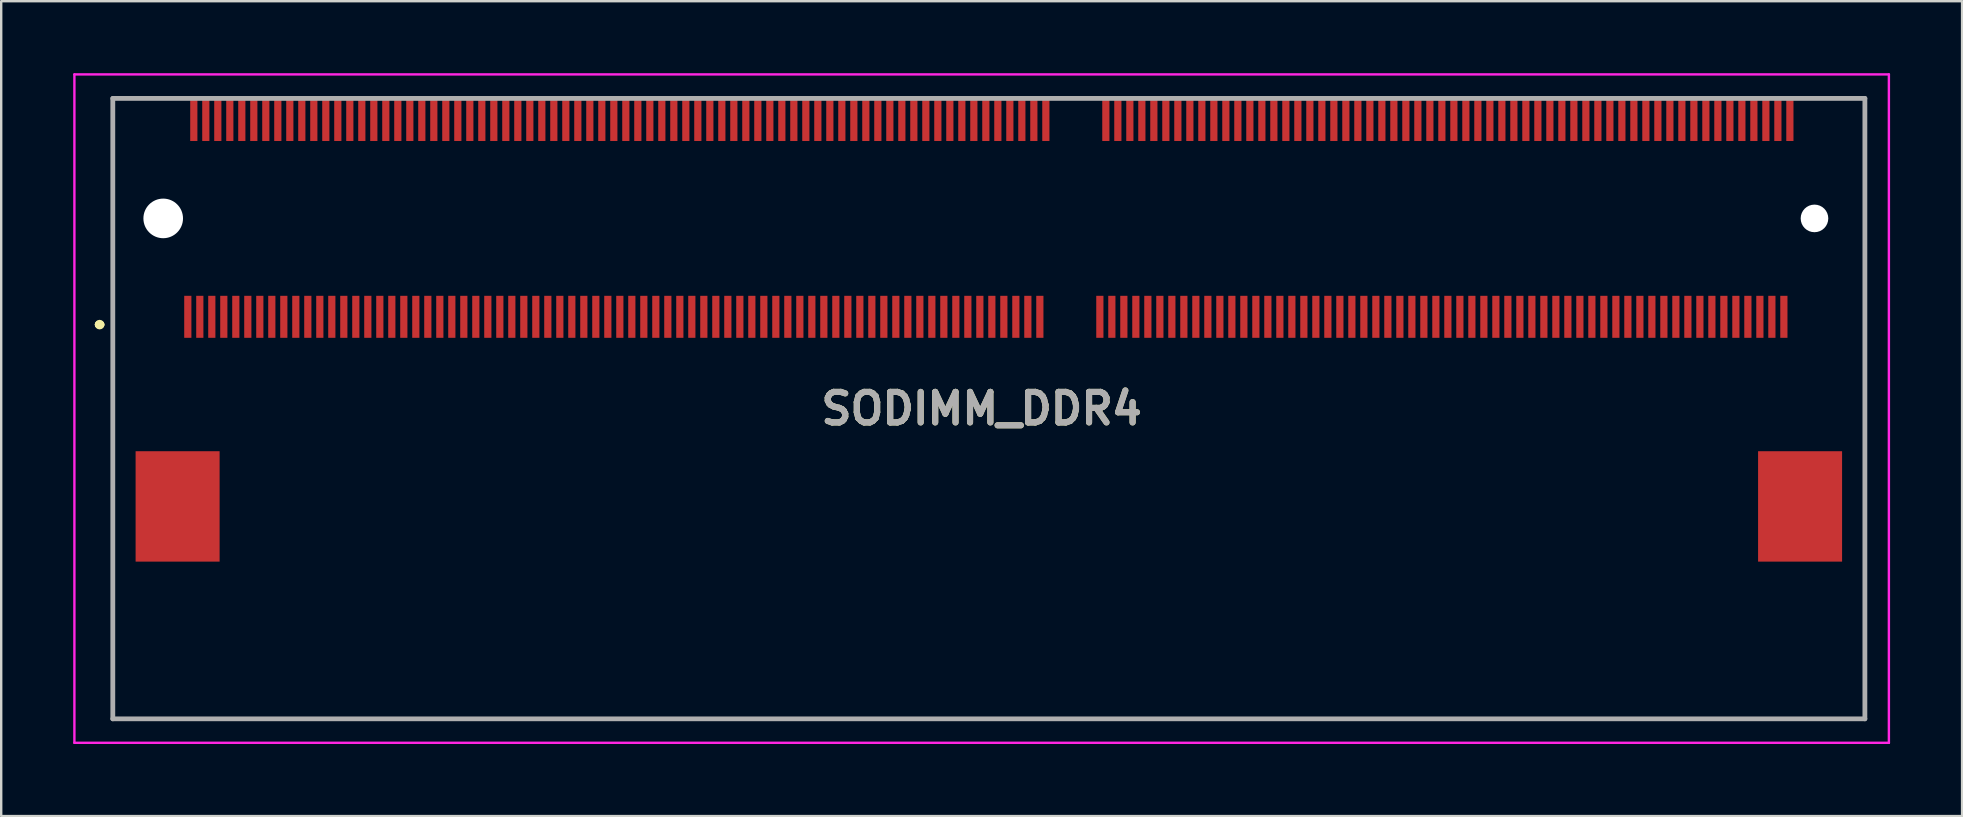
<source format=kicad_pcb>
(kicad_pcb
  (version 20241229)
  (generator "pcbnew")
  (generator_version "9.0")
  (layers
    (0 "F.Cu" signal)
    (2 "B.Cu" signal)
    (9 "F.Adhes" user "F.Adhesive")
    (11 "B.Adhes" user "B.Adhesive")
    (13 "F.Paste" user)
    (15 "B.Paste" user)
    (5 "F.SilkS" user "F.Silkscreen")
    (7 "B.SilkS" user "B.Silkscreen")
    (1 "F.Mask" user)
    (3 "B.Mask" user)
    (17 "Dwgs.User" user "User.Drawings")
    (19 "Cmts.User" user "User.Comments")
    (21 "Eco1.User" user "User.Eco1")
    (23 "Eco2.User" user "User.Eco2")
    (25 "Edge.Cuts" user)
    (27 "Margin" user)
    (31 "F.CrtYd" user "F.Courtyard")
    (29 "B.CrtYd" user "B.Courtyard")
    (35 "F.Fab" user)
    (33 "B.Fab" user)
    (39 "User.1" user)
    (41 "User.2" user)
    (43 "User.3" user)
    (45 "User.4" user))
  (footprint "SODIMM_DDR4"
    (layer "F.Cu")
    (at 38.15 13.975)
    (property "Reference" "SODIMM_DDR4" (at -0.3 0 180) (layer "F.SilkS") (effects (font (size 1.27 1.27) (thickness 0.254))))
    (attr through_hole)
    (fp_line (start -37.1 -3.5) (end -37.1 -3.5) (stroke (width 0.3) (type solid)) (layer "F.SilkS"))
    (fp_line (start -37 -3.5) (end -37 -3.5) (stroke (width 0.3) (type solid)) (layer "F.SilkS"))
    (fp_line (start -36.5 -12.925) (end -36.5 12.925) (stroke (width 0.1) (type solid)) (layer "F.SilkS"))
    (fp_line (start -36.5 12.925) (end 36.5 12.925) (stroke (width 0.1) (type solid)) (layer "F.SilkS"))
    (fp_line (start 36.5 12.925) (end 36.5 -12.925) (stroke (width 0.1) (type solid)) (layer "F.SilkS"))
    (fp_arc (start -37.1 -3.5) (mid -37.05 -3.55) (end -37 -3.5) (stroke (width 0.3) (type solid)) (layer "F.SilkS"))
    (fp_arc (start -37 -3.5) (mid -37.05 -3.45) (end -37.1 -3.5) (stroke (width 0.3) (type solid)) (layer "F.SilkS"))
    (fp_line (start -38.1 -13.925) (end 37.5 -13.925) (stroke (width 0.1) (type solid)) (layer "F.CrtYd"))
    (fp_line (start -38.1 13.925) (end -38.1 -13.925) (stroke (width 0.1) (type solid)) (layer "F.CrtYd"))
    (fp_line (start 37.5 -13.925) (end 37.5 13.925) (stroke (width 0.1) (type solid)) (layer "F.CrtYd"))
    (fp_line (start 37.5 13.925) (end -38.1 13.925) (stroke (width 0.1) (type solid)) (layer "F.CrtYd"))
    (fp_line (start -36.5 -12.925) (end 36.5 -12.925) (stroke (width 0.2) (type solid)) (layer "F.Fab"))
    (fp_line (start -36.5 12.925) (end -36.5 -12.925) (stroke (width 0.2) (type solid)) (layer "F.Fab"))
    (fp_line (start 36.5 -12.925) (end 36.5 12.925) (stroke (width 0.2) (type solid)) (layer "F.Fab"))
    (fp_line (start 36.5 12.925) (end -36.5 12.925) (stroke (width 0.2) (type solid)) (layer "F.Fab"))
    (fp_text user "${REFERENCE}" (at -0.3 0 180) (layer "F.Fab") (effects (font (size 1.27 1.27) (thickness 0.254))))
    (pad "" np_thru_hole circle (at -34.4 -7.925) (size 1.65 1.65) (drill 1.65) (layers "*.Cu" "*.Mask"))
    (pad "" np_thru_hole circle (at 34.4 -7.925) (size 1.15 1.15) (drill 1.15) (layers "*.Cu" "*.Mask"))
    (pad "1" smd rect (at -33.375 -3.825) (size 0.3 1.75) (layers "F.Cu" "F.Mask" "F.Paste"))
    (pad "2" smd rect (at -33.125 -12.025) (size 0.3 1.75) (layers "F.Cu" "F.Mask" "F.Paste"))
    (pad "3" smd rect (at -32.875 -3.825) (size 0.3 1.75) (layers "F.Cu" "F.Mask" "F.Paste"))
    (pad "4" smd rect (at -32.625 -12.025) (size 0.3 1.75) (layers "F.Cu" "F.Mask" "F.Paste"))
    (pad "5" smd rect (at -32.375 -3.825) (size 0.3 1.75) (layers "F.Cu" "F.Mask" "F.Paste"))
    (pad "6" smd rect (at -32.125 -12.025) (size 0.3 1.75) (layers "F.Cu" "F.Mask" "F.Paste"))
    (pad "7" smd rect (at -31.875 -3.825) (size 0.3 1.75) (layers "F.Cu" "F.Mask" "F.Paste"))
    (pad "8" smd rect (at -31.625 -12.025) (size 0.3 1.75) (layers "F.Cu" "F.Mask" "F.Paste"))
    (pad "9" smd rect (at -31.375 -3.825) (size 0.3 1.75) (layers "F.Cu" "F.Mask" "F.Paste"))
    (pad "10" smd rect (at -31.125 -12.025) (size 0.3 1.75) (layers "F.Cu" "F.Mask" "F.Paste"))
    (pad "11" smd rect (at -30.875 -3.825) (size 0.3 1.75) (layers "F.Cu" "F.Mask" "F.Paste"))
    (pad "12" smd rect (at -30.625 -12.025) (size 0.3 1.75) (layers "F.Cu" "F.Mask" "F.Paste"))
    (pad "13" smd rect (at -30.375 -3.825) (size 0.3 1.75) (layers "F.Cu" "F.Mask" "F.Paste"))
    (pad "14" smd rect (at -30.125 -12.025) (size 0.3 1.75) (layers "F.Cu" "F.Mask" "F.Paste"))
    (pad "15" smd rect (at -29.875 -3.825) (size 0.3 1.75) (layers "F.Cu" "F.Mask" "F.Paste"))
    (pad "16" smd rect (at -29.625 -12.025) (size 0.3 1.75) (layers "F.Cu" "F.Mask" "F.Paste"))
    (pad "17" smd rect (at -29.375 -3.825) (size 0.3 1.75) (layers "F.Cu" "F.Mask" "F.Paste"))
    (pad "18" smd rect (at -29.125 -12.025) (size 0.3 1.75) (layers "F.Cu" "F.Mask" "F.Paste"))
    (pad "19" smd rect (at -28.875 -3.825) (size 0.3 1.75) (layers "F.Cu" "F.Mask" "F.Paste"))
    (pad "20" smd rect (at -28.625 -12.025) (size 0.3 1.75) (layers "F.Cu" "F.Mask" "F.Paste"))
    (pad "21" smd rect (at -28.375 -3.825) (size 0.3 1.75) (layers "F.Cu" "F.Mask" "F.Paste"))
    (pad "22" smd rect (at -28.125 -12.025) (size 0.3 1.75) (layers "F.Cu" "F.Mask" "F.Paste"))
    (pad "23" smd rect (at -27.875 -3.825) (size 0.3 1.75) (layers "F.Cu" "F.Mask" "F.Paste"))
    (pad "24" smd rect (at -27.625 -12.025) (size 0.3 1.75) (layers "F.Cu" "F.Mask" "F.Paste"))
    (pad "25" smd rect (at -27.375 -3.825) (size 0.3 1.75) (layers "F.Cu" "F.Mask" "F.Paste"))
    (pad "26" smd rect (at -27.125 -12.025) (size 0.3 1.75) (layers "F.Cu" "F.Mask" "F.Paste"))
    (pad "27" smd rect (at -26.875 -3.825) (size 0.3 1.75) (layers "F.Cu" "F.Mask" "F.Paste"))
    (pad "28" smd rect (at -26.625 -12.025) (size 0.3 1.75) (layers "F.Cu" "F.Mask" "F.Paste"))
    (pad "29" smd rect (at -26.375 -3.825) (size 0.3 1.75) (layers "F.Cu" "F.Mask" "F.Paste"))
    (pad "30" smd rect (at -26.125 -12.025) (size 0.3 1.75) (layers "F.Cu" "F.Mask" "F.Paste"))
    (pad "31" smd rect (at -25.875 -3.825) (size 0.3 1.75) (layers "F.Cu" "F.Mask" "F.Paste"))
    (pad "32" smd rect (at -25.625 -12.025) (size 0.3 1.75) (layers "F.Cu" "F.Mask" "F.Paste"))
    (pad "33" smd rect (at -25.375 -3.825) (size 0.3 1.75) (layers "F.Cu" "F.Mask" "F.Paste"))
    (pad "34" smd rect (at -25.125 -12.025) (size 0.3 1.75) (layers "F.Cu" "F.Mask" "F.Paste"))
    (pad "35" smd rect (at -24.875 -3.825) (size 0.3 1.75) (layers "F.Cu" "F.Mask" "F.Paste"))
    (pad "36" smd rect (at -24.625 -12.025) (size 0.3 1.75) (layers "F.Cu" "F.Mask" "F.Paste"))
    (pad "37" smd rect (at -24.375 -3.825) (size 0.3 1.75) (layers "F.Cu" "F.Mask" "F.Paste"))
    (pad "38" smd rect (at -24.125 -12.025) (size 0.3 1.75) (layers "F.Cu" "F.Mask" "F.Paste"))
    (pad "39" smd rect (at -23.875 -3.825) (size 0.3 1.75) (layers "F.Cu" "F.Mask" "F.Paste"))
    (pad "40" smd rect (at -23.625 -12.025) (size 0.3 1.75) (layers "F.Cu" "F.Mask" "F.Paste"))
    (pad "41" smd rect (at -23.375 -3.825) (size 0.3 1.75) (layers "F.Cu" "F.Mask" "F.Paste"))
    (pad "42" smd rect (at -23.125 -12.025) (size 0.3 1.75) (layers "F.Cu" "F.Mask" "F.Paste"))
    (pad "43" smd rect (at -22.875 -3.825) (size 0.3 1.75) (layers "F.Cu" "F.Mask" "F.Paste"))
    (pad "44" smd rect (at -22.625 -12.025) (size 0.3 1.75) (layers "F.Cu" "F.Mask" "F.Paste"))
    (pad "45" smd rect (at -22.375 -3.825) (size 0.3 1.75) (layers "F.Cu" "F.Mask" "F.Paste"))
    (pad "46" smd rect (at -22.125 -12.025) (size 0.3 1.75) (layers "F.Cu" "F.Mask" "F.Paste"))
    (pad "47" smd rect (at -21.875 -3.825) (size 0.3 1.75) (layers "F.Cu" "F.Mask" "F.Paste"))
    (pad "48" smd rect (at -21.625 -12.025) (size 0.3 1.75) (layers "F.Cu" "F.Mask" "F.Paste"))
    (pad "49" smd rect (at -21.375 -3.825) (size 0.3 1.75) (layers "F.Cu" "F.Mask" "F.Paste"))
    (pad "50" smd rect (at -21.125 -12.025) (size 0.3 1.75) (layers "F.Cu" "F.Mask" "F.Paste"))
    (pad "51" smd rect (at -20.875 -3.825) (size 0.3 1.75) (layers "F.Cu" "F.Mask" "F.Paste"))
    (pad "52" smd rect (at -20.625 -12.025) (size 0.3 1.75) (layers "F.Cu" "F.Mask" "F.Paste"))
    (pad "53" smd rect (at -20.375 -3.825) (size 0.3 1.75) (layers "F.Cu" "F.Mask" "F.Paste"))
    (pad "54" smd rect (at -20.125 -12.025) (size 0.3 1.75) (layers "F.Cu" "F.Mask" "F.Paste"))
    (pad "55" smd rect (at -19.875 -3.825) (size 0.3 1.75) (layers "F.Cu" "F.Mask" "F.Paste"))
    (pad "56" smd rect (at -19.625 -12.025) (size 0.3 1.75) (layers "F.Cu" "F.Mask" "F.Paste"))
    (pad "57" smd rect (at -19.375 -3.825) (size 0.3 1.75) (layers "F.Cu" "F.Mask" "F.Paste"))
    (pad "58" smd rect (at -19.125 -12.025) (size 0.3 1.75) (layers "F.Cu" "F.Mask" "F.Paste"))
    (pad "59" smd rect (at -18.875 -3.825) (size 0.3 1.75) (layers "F.Cu" "F.Mask" "F.Paste"))
    (pad "60" smd rect (at -18.625 -12.025) (size 0.3 1.75) (layers "F.Cu" "F.Mask" "F.Paste"))
    (pad "61" smd rect (at -18.375 -3.825) (size 0.3 1.75) (layers "F.Cu" "F.Mask" "F.Paste"))
    (pad "62" smd rect (at -18.125 -12.025) (size 0.3 1.75) (layers "F.Cu" "F.Mask" "F.Paste"))
    (pad "63" smd rect (at -17.875 -3.825) (size 0.3 1.75) (layers "F.Cu" "F.Mask" "F.Paste"))
    (pad "64" smd rect (at -17.625 -12.025) (size 0.3 1.75) (layers "F.Cu" "F.Mask" "F.Paste"))
    (pad "65" smd rect (at -17.375 -3.825) (size 0.3 1.75) (layers "F.Cu" "F.Mask" "F.Paste"))
    (pad "66" smd rect (at -17.125 -12.025) (size 0.3 1.75) (layers "F.Cu" "F.Mask" "F.Paste"))
    (pad "67" smd rect (at -16.875 -3.825) (size 0.3 1.75) (layers "F.Cu" "F.Mask" "F.Paste"))
    (pad "68" smd rect (at -16.625 -12.025) (size 0.3 1.75) (layers "F.Cu" "F.Mask" "F.Paste"))
    (pad "69" smd rect (at -16.375 -3.825) (size 0.3 1.75) (layers "F.Cu" "F.Mask" "F.Paste"))
    (pad "70" smd rect (at -16.125 -12.025) (size 0.3 1.75) (layers "F.Cu" "F.Mask" "F.Paste"))
    (pad "71" smd rect (at -15.875 -3.825) (size 0.3 1.75) (layers "F.Cu" "F.Mask" "F.Paste"))
    (pad "72" smd rect (at -15.625 -12.025) (size 0.3 1.75) (layers "F.Cu" "F.Mask" "F.Paste"))
    (pad "73" smd rect (at -15.375 -3.825) (size 0.3 1.75) (layers "F.Cu" "F.Mask" "F.Paste"))
    (pad "74" smd rect (at -15.125 -12.025) (size 0.3 1.75) (layers "F.Cu" "F.Mask" "F.Paste"))
    (pad "75" smd rect (at -14.875 -3.825) (size 0.3 1.75) (layers "F.Cu" "F.Mask" "F.Paste"))
    (pad "76" smd rect (at -14.625 -12.025) (size 0.3 1.75) (layers "F.Cu" "F.Mask" "F.Paste"))
    (pad "77" smd rect (at -14.375 -3.825) (size 0.3 1.75) (layers "F.Cu" "F.Mask" "F.Paste"))
    (pad "78" smd rect (at -14.125 -12.025) (size 0.3 1.75) (layers "F.Cu" "F.Mask" "F.Paste"))
    (pad "79" smd rect (at -13.875 -3.825) (size 0.3 1.75) (layers "F.Cu" "F.Mask" "F.Paste"))
    (pad "80" smd rect (at -13.625 -12.025) (size 0.3 1.75) (layers "F.Cu" "F.Mask" "F.Paste"))
    (pad "81" smd rect (at -13.375 -3.825) (size 0.3 1.75) (layers "F.Cu" "F.Mask" "F.Paste"))
    (pad "82" smd rect (at -13.125 -12.025) (size 0.3 1.75) (layers "F.Cu" "F.Mask" "F.Paste"))
    (pad "83" smd rect (at -12.875 -3.825) (size 0.3 1.75) (layers "F.Cu" "F.Mask" "F.Paste"))
    (pad "84" smd rect (at -12.625 -12.025) (size 0.3 1.75) (layers "F.Cu" "F.Mask" "F.Paste"))
    (pad "85" smd rect (at -12.375 -3.825) (size 0.3 1.75) (layers "F.Cu" "F.Mask" "F.Paste"))
    (pad "86" smd rect (at -12.125 -12.025) (size 0.3 1.75) (layers "F.Cu" "F.Mask" "F.Paste"))
    (pad "87" smd rect (at -11.875 -3.825) (size 0.3 1.75) (layers "F.Cu" "F.Mask" "F.Paste"))
    (pad "88" smd rect (at -11.625 -12.025) (size 0.3 1.75) (layers "F.Cu" "F.Mask" "F.Paste"))
    (pad "89" smd rect (at -11.375 -3.825) (size 0.3 1.75) (layers "F.Cu" "F.Mask" "F.Paste"))
    (pad "90" smd rect (at -11.125 -12.025) (size 0.3 1.75) (layers "F.Cu" "F.Mask" "F.Paste"))
    (pad "91" smd rect (at -10.875 -3.825) (size 0.3 1.75) (layers "F.Cu" "F.Mask" "F.Paste"))
    (pad "92" smd rect (at -10.625 -12.025) (size 0.3 1.75) (layers "F.Cu" "F.Mask" "F.Paste"))
    (pad "93" smd rect (at -10.375 -3.825) (size 0.3 1.75) (layers "F.Cu" "F.Mask" "F.Paste"))
    (pad "94" smd rect (at -10.125 -12.025) (size 0.3 1.75) (layers "F.Cu" "F.Mask" "F.Paste"))
    (pad "95" smd rect (at -9.875 -3.825) (size 0.3 1.75) (layers "F.Cu" "F.Mask" "F.Paste"))
    (pad "96" smd rect (at -9.625 -12.025) (size 0.3 1.75) (layers "F.Cu" "F.Mask" "F.Paste"))
    (pad "97" smd rect (at -9.375 -3.825) (size 0.3 1.75) (layers "F.Cu" "F.Mask" "F.Paste"))
    (pad "98" smd rect (at -9.125 -12.025) (size 0.3 1.75) (layers "F.Cu" "F.Mask" "F.Paste"))
    (pad "99" smd rect (at -8.875 -3.825) (size 0.3 1.75) (layers "F.Cu" "F.Mask" "F.Paste"))
    (pad "100" smd rect (at -8.625 -12.025) (size 0.3 1.75) (layers "F.Cu" "F.Mask" "F.Paste"))
    (pad "101" smd rect (at -8.375 -3.825) (size 0.3 1.75) (layers "F.Cu" "F.Mask" "F.Paste"))
    (pad "102" smd rect (at -8.125 -12.025) (size 0.3 1.75) (layers "F.Cu" "F.Mask" "F.Paste"))
    (pad "103" smd rect (at -7.875 -3.825) (size 0.3 1.75) (layers "F.Cu" "F.Mask" "F.Paste"))
    (pad "104" smd rect (at -7.625 -12.025) (size 0.3 1.75) (layers "F.Cu" "F.Mask" "F.Paste"))
    (pad "105" smd rect (at -7.375 -3.825) (size 0.3 1.75) (layers "F.Cu" "F.Mask" "F.Paste"))
    (pad "106" smd rect (at -7.125 -12.025) (size 0.3 1.75) (layers "F.Cu" "F.Mask" "F.Paste"))
    (pad "107" smd rect (at -6.875 -3.825) (size 0.3 1.75) (layers "F.Cu" "F.Mask" "F.Paste"))
    (pad "108" smd rect (at -6.625 -12.025) (size 0.3 1.75) (layers "F.Cu" "F.Mask" "F.Paste"))
    (pad "109" smd rect (at -6.375 -3.825) (size 0.3 1.75) (layers "F.Cu" "F.Mask" "F.Paste"))
    (pad "110" smd rect (at -6.125 -12.025) (size 0.3 1.75) (layers "F.Cu" "F.Mask" "F.Paste"))
    (pad "111" smd rect (at -5.875 -3.825) (size 0.3 1.75) (layers "F.Cu" "F.Mask" "F.Paste"))
    (pad "112" smd rect (at -5.625 -12.025) (size 0.3 1.75) (layers "F.Cu" "F.Mask" "F.Paste"))
    (pad "113" smd rect (at -5.375 -3.825) (size 0.3 1.75) (layers "F.Cu" "F.Mask" "F.Paste"))
    (pad "114" smd rect (at -5.125 -12.025) (size 0.3 1.75) (layers "F.Cu" "F.Mask" "F.Paste"))
    (pad "115" smd rect (at -4.875 -3.825) (size 0.3 1.75) (layers "F.Cu" "F.Mask" "F.Paste"))
    (pad "116" smd rect (at -4.625 -12.025) (size 0.3 1.75) (layers "F.Cu" "F.Mask" "F.Paste"))
    (pad "117" smd rect (at -4.375 -3.825) (size 0.3 1.75) (layers "F.Cu" "F.Mask" "F.Paste"))
    (pad "118" smd rect (at -4.125 -12.025) (size 0.3 1.75) (layers "F.Cu" "F.Mask" "F.Paste"))
    (pad "119" smd rect (at -3.875 -3.825) (size 0.3 1.75) (layers "F.Cu" "F.Mask" "F.Paste"))
    (pad "120" smd rect (at -3.625 -12.025) (size 0.3 1.75) (layers "F.Cu" "F.Mask" "F.Paste"))
    (pad "121" smd rect (at -3.375 -3.825) (size 0.3 1.75) (layers "F.Cu" "F.Mask" "F.Paste"))
    (pad "122" smd rect (at -3.125 -12.025) (size 0.3 1.75) (layers "F.Cu" "F.Mask" "F.Paste"))
    (pad "123" smd rect (at -2.875 -3.825) (size 0.3 1.75) (layers "F.Cu" "F.Mask" "F.Paste"))
    (pad "124" smd rect (at -2.625 -12.025) (size 0.3 1.75) (layers "F.Cu" "F.Mask" "F.Paste"))
    (pad "125" smd rect (at -2.375 -3.825) (size 0.3 1.75) (layers "F.Cu" "F.Mask" "F.Paste"))
    (pad "126" smd rect (at -2.125 -12.025) (size 0.3 1.75) (layers "F.Cu" "F.Mask" "F.Paste"))
    (pad "127" smd rect (at -1.875 -3.825) (size 0.3 1.75) (layers "F.Cu" "F.Mask" "F.Paste"))
    (pad "128" smd rect (at -1.625 -12.025) (size 0.3 1.75) (layers "F.Cu" "F.Mask" "F.Paste"))
    (pad "129" smd rect (at -1.375 -3.825) (size 0.3 1.75) (layers "F.Cu" "F.Mask" "F.Paste"))
    (pad "130" smd rect (at -1.125 -12.025) (size 0.3 1.75) (layers "F.Cu" "F.Mask" "F.Paste"))
    (pad "131" smd rect (at -0.875 -3.825) (size 0.3 1.75) (layers "F.Cu" "F.Mask" "F.Paste"))
    (pad "132" smd rect (at -0.625 -12.025) (size 0.3 1.75) (layers "F.Cu" "F.Mask" "F.Paste"))
    (pad "133" smd rect (at -0.375 -3.825) (size 0.3 1.75) (layers "F.Cu" "F.Mask" "F.Paste"))
    (pad "134" smd rect (at -0.125 -12.025) (size 0.3 1.75) (layers "F.Cu" "F.Mask" "F.Paste"))
    (pad "135" smd rect (at 0.125 -3.825) (size 0.3 1.75) (layers "F.Cu" "F.Mask" "F.Paste"))
    (pad "136" smd rect (at 0.375 -12.025) (size 0.3 1.75) (layers "F.Cu" "F.Mask" "F.Paste"))
    (pad "137" smd rect (at 0.625 -3.825) (size 0.3 1.75) (layers "F.Cu" "F.Mask" "F.Paste"))
    (pad "138" smd rect (at 0.875 -12.025) (size 0.3 1.75) (layers "F.Cu" "F.Mask" "F.Paste"))
    (pad "139" smd rect (at 1.125 -3.825) (size 0.3 1.75) (layers "F.Cu" "F.Mask" "F.Paste"))
    (pad "140" smd rect (at 1.375 -12.025) (size 0.3 1.75) (layers "F.Cu" "F.Mask" "F.Paste"))
    (pad "141" smd rect (at 1.625 -3.825) (size 0.3 1.75) (layers "F.Cu" "F.Mask" "F.Paste"))
    (pad "142" smd rect (at 1.875 -12.025) (size 0.3 1.75) (layers "F.Cu" "F.Mask" "F.Paste"))
    (pad "143" smd rect (at 2.125 -3.825) (size 0.3 1.75) (layers "F.Cu" "F.Mask" "F.Paste"))
    (pad "144" smd rect (at 2.375 -12.025) (size 0.3 1.75) (layers "F.Cu" "F.Mask" "F.Paste"))
    (pad "145" smd rect (at 4.625 -3.825) (size 0.3 1.75) (layers "F.Cu" "F.Mask" "F.Paste"))
    (pad "146" smd rect (at 4.875 -12.025) (size 0.3 1.75) (layers "F.Cu" "F.Mask" "F.Paste"))
    (pad "147" smd rect (at 5.125 -3.825) (size 0.3 1.75) (layers "F.Cu" "F.Mask" "F.Paste"))
    (pad "148" smd rect (at 5.375 -12.025) (size 0.3 1.75) (layers "F.Cu" "F.Mask" "F.Paste"))
    (pad "149" smd rect (at 5.625 -3.825) (size 0.3 1.75) (layers "F.Cu" "F.Mask" "F.Paste"))
    (pad "150" smd rect (at 5.875 -12.025) (size 0.3 1.75) (layers "F.Cu" "F.Mask" "F.Paste"))
    (pad "151" smd rect (at 6.125 -3.825) (size 0.3 1.75) (layers "F.Cu" "F.Mask" "F.Paste"))
    (pad "152" smd rect (at 6.375 -12.025) (size 0.3 1.75) (layers "F.Cu" "F.Mask" "F.Paste"))
    (pad "153" smd rect (at 6.625 -3.825) (size 0.3 1.75) (layers "F.Cu" "F.Mask" "F.Paste"))
    (pad "154" smd rect (at 6.875 -12.025) (size 0.3 1.75) (layers "F.Cu" "F.Mask" "F.Paste"))
    (pad "155" smd rect (at 7.125 -3.825) (size 0.3 1.75) (layers "F.Cu" "F.Mask" "F.Paste"))
    (pad "156" smd rect (at 7.375 -12.025) (size 0.3 1.75) (layers "F.Cu" "F.Mask" "F.Paste"))
    (pad "157" smd rect (at 7.625 -3.825) (size 0.3 1.75) (layers "F.Cu" "F.Mask" "F.Paste"))
    (pad "158" smd rect (at 7.875 -12.025) (size 0.3 1.75) (layers "F.Cu" "F.Mask" "F.Paste"))
    (pad "159" smd rect (at 8.125 -3.825) (size 0.3 1.75) (layers "F.Cu" "F.Mask" "F.Paste"))
    (pad "160" smd rect (at 8.375 -12.025) (size 0.3 1.75) (layers "F.Cu" "F.Mask" "F.Paste"))
    (pad "161" smd rect (at 8.625 -3.825) (size 0.3 1.75) (layers "F.Cu" "F.Mask" "F.Paste"))
    (pad "162" smd rect (at 8.875 -12.025) (size 0.3 1.75) (layers "F.Cu" "F.Mask" "F.Paste"))
    (pad "163" smd rect (at 9.125 -3.825) (size 0.3 1.75) (layers "F.Cu" "F.Mask" "F.Paste"))
    (pad "164" smd rect (at 9.375 -12.025) (size 0.3 1.75) (layers "F.Cu" "F.Mask" "F.Paste"))
    (pad "165" smd rect (at 9.625 -3.825) (size 0.3 1.75) (layers "F.Cu" "F.Mask" "F.Paste"))
    (pad "166" smd rect (at 9.875 -12.025) (size 0.3 1.75) (layers "F.Cu" "F.Mask" "F.Paste"))
    (pad "167" smd rect (at 10.125 -3.825) (size 0.3 1.75) (layers "F.Cu" "F.Mask" "F.Paste"))
    (pad "168" smd rect (at 10.375 -12.025) (size 0.3 1.75) (layers "F.Cu" "F.Mask" "F.Paste"))
    (pad "169" smd rect (at 10.625 -3.825) (size 0.3 1.75) (layers "F.Cu" "F.Mask" "F.Paste"))
    (pad "170" smd rect (at 10.875 -12.025) (size 0.3 1.75) (layers "F.Cu" "F.Mask" "F.Paste"))
    (pad "171" smd rect (at 11.125 -3.825) (size 0.3 1.75) (layers "F.Cu" "F.Mask" "F.Paste"))
    (pad "172" smd rect (at 11.375 -12.025) (size 0.3 1.75) (layers "F.Cu" "F.Mask" "F.Paste"))
    (pad "173" smd rect (at 11.625 -3.825) (size 0.3 1.75) (layers "F.Cu" "F.Mask" "F.Paste"))
    (pad "174" smd rect (at 11.875 -12.025) (size 0.3 1.75) (layers "F.Cu" "F.Mask" "F.Paste"))
    (pad "175" smd rect (at 12.125 -3.825) (size 0.3 1.75) (layers "F.Cu" "F.Mask" "F.Paste"))
    (pad "176" smd rect (at 12.375 -12.025) (size 0.3 1.75) (layers "F.Cu" "F.Mask" "F.Paste"))
    (pad "177" smd rect (at 12.625 -3.825) (size 0.3 1.75) (layers "F.Cu" "F.Mask" "F.Paste"))
    (pad "178" smd rect (at 12.875 -12.025) (size 0.3 1.75) (layers "F.Cu" "F.Mask" "F.Paste"))
    (pad "179" smd rect (at 13.125 -3.825) (size 0.3 1.75) (layers "F.Cu" "F.Mask" "F.Paste"))
    (pad "180" smd rect (at 13.375 -12.025) (size 0.3 1.75) (layers "F.Cu" "F.Mask" "F.Paste"))
    (pad "181" smd rect (at 13.625 -3.825) (size 0.3 1.75) (layers "F.Cu" "F.Mask" "F.Paste"))
    (pad "182" smd rect (at 13.875 -12.025) (size 0.3 1.75) (layers "F.Cu" "F.Mask" "F.Paste"))
    (pad "183" smd rect (at 14.125 -3.825) (size 0.3 1.75) (layers "F.Cu" "F.Mask" "F.Paste"))
    (pad "184" smd rect (at 14.375 -12.025) (size 0.3 1.75) (layers "F.Cu" "F.Mask" "F.Paste"))
    (pad "185" smd rect (at 14.625 -3.825) (size 0.3 1.75) (layers "F.Cu" "F.Mask" "F.Paste"))
    (pad "186" smd rect (at 14.875 -12.025) (size 0.3 1.75) (layers "F.Cu" "F.Mask" "F.Paste"))
    (pad "187" smd rect (at 15.125 -3.825) (size 0.3 1.75) (layers "F.Cu" "F.Mask" "F.Paste"))
    (pad "188" smd rect (at 15.375 -12.025) (size 0.3 1.75) (layers "F.Cu" "F.Mask" "F.Paste"))
    (pad "189" smd rect (at 15.625 -3.825) (size 0.3 1.75) (layers "F.Cu" "F.Mask" "F.Paste"))
    (pad "190" smd rect (at 15.875 -12.025) (size 0.3 1.75) (layers "F.Cu" "F.Mask" "F.Paste"))
    (pad "191" smd rect (at 16.125 -3.825) (size 0.3 1.75) (layers "F.Cu" "F.Mask" "F.Paste"))
    (pad "192" smd rect (at 16.375 -12.025) (size 0.3 1.75) (layers "F.Cu" "F.Mask" "F.Paste"))
    (pad "193" smd rect (at 16.625 -3.825) (size 0.3 1.75) (layers "F.Cu" "F.Mask" "F.Paste"))
    (pad "194" smd rect (at 16.875 -12.025) (size 0.3 1.75) (layers "F.Cu" "F.Mask" "F.Paste"))
    (pad "195" smd rect (at 17.125 -3.825) (size 0.3 1.75) (layers "F.Cu" "F.Mask" "F.Paste"))
    (pad "196" smd rect (at 17.375 -12.025) (size 0.3 1.75) (layers "F.Cu" "F.Mask" "F.Paste"))
    (pad "197" smd rect (at 17.625 -3.825) (size 0.3 1.75) (layers "F.Cu" "F.Mask" "F.Paste"))
    (pad "198" smd rect (at 17.875 -12.025) (size 0.3 1.75) (layers "F.Cu" "F.Mask" "F.Paste"))
    (pad "199" smd rect (at 18.125 -3.825) (size 0.3 1.75) (layers "F.Cu" "F.Mask" "F.Paste"))
    (pad "200" smd rect (at 18.375 -12.025) (size 0.3 1.75) (layers "F.Cu" "F.Mask" "F.Paste"))
    (pad "201" smd rect (at 18.625 -3.825) (size 0.3 1.75) (layers "F.Cu" "F.Mask" "F.Paste"))
    (pad "202" smd rect (at 18.875 -12.025) (size 0.3 1.75) (layers "F.Cu" "F.Mask" "F.Paste"))
    (pad "203" smd rect (at 19.125 -3.825) (size 0.3 1.75) (layers "F.Cu" "F.Mask" "F.Paste"))
    (pad "204" smd rect (at 19.375 -12.025) (size 0.3 1.75) (layers "F.Cu" "F.Mask" "F.Paste"))
    (pad "205" smd rect (at 19.625 -3.825) (size 0.3 1.75) (layers "F.Cu" "F.Mask" "F.Paste"))
    (pad "206" smd rect (at 19.875 -12.025) (size 0.3 1.75) (layers "F.Cu" "F.Mask" "F.Paste"))
    (pad "207" smd rect (at 20.125 -3.825) (size 0.3 1.75) (layers "F.Cu" "F.Mask" "F.Paste"))
    (pad "208" smd rect (at 20.375 -12.025) (size 0.3 1.75) (layers "F.Cu" "F.Mask" "F.Paste"))
    (pad "209" smd rect (at 20.625 -3.825) (size 0.3 1.75) (layers "F.Cu" "F.Mask" "F.Paste"))
    (pad "210" smd rect (at 20.875 -12.025) (size 0.3 1.75) (layers "F.Cu" "F.Mask" "F.Paste"))
    (pad "211" smd rect (at 21.125 -3.825) (size 0.3 1.75) (layers "F.Cu" "F.Mask" "F.Paste"))
    (pad "212" smd rect (at 21.375 -12.025) (size 0.3 1.75) (layers "F.Cu" "F.Mask" "F.Paste"))
    (pad "213" smd rect (at 21.625 -3.825) (size 0.3 1.75) (layers "F.Cu" "F.Mask" "F.Paste"))
    (pad "214" smd rect (at 21.875 -12.025) (size 0.3 1.75) (layers "F.Cu" "F.Mask" "F.Paste"))
    (pad "215" smd rect (at 22.125 -3.825) (size 0.3 1.75) (layers "F.Cu" "F.Mask" "F.Paste"))
    (pad "216" smd rect (at 22.375 -12.025) (size 0.3 1.75) (layers "F.Cu" "F.Mask" "F.Paste"))
    (pad "217" smd rect (at 22.625 -3.825) (size 0.3 1.75) (layers "F.Cu" "F.Mask" "F.Paste"))
    (pad "218" smd rect (at 22.875 -12.025) (size 0.3 1.75) (layers "F.Cu" "F.Mask" "F.Paste"))
    (pad "219" smd rect (at 23.125 -3.825) (size 0.3 1.75) (layers "F.Cu" "F.Mask" "F.Paste"))
    (pad "220" smd rect (at 23.375 -12.025) (size 0.3 1.75) (layers "F.Cu" "F.Mask" "F.Paste"))
    (pad "221" smd rect (at 23.625 -3.825) (size 0.3 1.75) (layers "F.Cu" "F.Mask" "F.Paste"))
    (pad "222" smd rect (at 23.875 -12.025) (size 0.3 1.75) (layers "F.Cu" "F.Mask" "F.Paste"))
    (pad "223" smd rect (at 24.125 -3.825) (size 0.3 1.75) (layers "F.Cu" "F.Mask" "F.Paste"))
    (pad "224" smd rect (at 24.375 -12.025) (size 0.3 1.75) (layers "F.Cu" "F.Mask" "F.Paste"))
    (pad "225" smd rect (at 24.625 -3.825) (size 0.3 1.75) (layers "F.Cu" "F.Mask" "F.Paste"))
    (pad "226" smd rect (at 24.875 -12.025) (size 0.3 1.75) (layers "F.Cu" "F.Mask" "F.Paste"))
    (pad "227" smd rect (at 25.125 -3.825) (size 0.3 1.75) (layers "F.Cu" "F.Mask" "F.Paste"))
    (pad "228" smd rect (at 25.375 -12.025) (size 0.3 1.75) (layers "F.Cu" "F.Mask" "F.Paste"))
    (pad "229" smd rect (at 25.625 -3.825) (size 0.3 1.75) (layers "F.Cu" "F.Mask" "F.Paste"))
    (pad "230" smd rect (at 25.875 -12.025) (size 0.3 1.75) (layers "F.Cu" "F.Mask" "F.Paste"))
    (pad "231" smd rect (at 26.125 -3.825) (size 0.3 1.75) (layers "F.Cu" "F.Mask" "F.Paste"))
    (pad "232" smd rect (at 26.375 -12.025) (size 0.3 1.75) (layers "F.Cu" "F.Mask" "F.Paste"))
    (pad "233" smd rect (at 26.625 -3.825) (size 0.3 1.75) (layers "F.Cu" "F.Mask" "F.Paste"))
    (pad "234" smd rect (at 26.875 -12.025) (size 0.3 1.75) (layers "F.Cu" "F.Mask" "F.Paste"))
    (pad "235" smd rect (at 27.125 -3.825) (size 0.3 1.75) (layers "F.Cu" "F.Mask" "F.Paste"))
    (pad "236" smd rect (at 27.375 -12.025) (size 0.3 1.75) (layers "F.Cu" "F.Mask" "F.Paste"))
    (pad "237" smd rect (at 27.625 -3.825) (size 0.3 1.75) (layers "F.Cu" "F.Mask" "F.Paste"))
    (pad "238" smd rect (at 27.875 -12.025) (size 0.3 1.75) (layers "F.Cu" "F.Mask" "F.Paste"))
    (pad "239" smd rect (at 28.125 -3.825) (size 0.3 1.75) (layers "F.Cu" "F.Mask" "F.Paste"))
    (pad "240" smd rect (at 28.375 -12.025) (size 0.3 1.75) (layers "F.Cu" "F.Mask" "F.Paste"))
    (pad "241" smd rect (at 28.625 -3.825) (size 0.3 1.75) (layers "F.Cu" "F.Mask" "F.Paste"))
    (pad "242" smd rect (at 28.875 -12.025) (size 0.3 1.75) (layers "F.Cu" "F.Mask" "F.Paste"))
    (pad "243" smd rect (at 29.125 -3.825) (size 0.3 1.75) (layers "F.Cu" "F.Mask" "F.Paste"))
    (pad "244" smd rect (at 29.375 -12.025) (size 0.3 1.75) (layers "F.Cu" "F.Mask" "F.Paste"))
    (pad "245" smd rect (at 29.625 -3.825) (size 0.3 1.75) (layers "F.Cu" "F.Mask" "F.Paste"))
    (pad "246" smd rect (at 29.875 -12.025) (size 0.3 1.75) (layers "F.Cu" "F.Mask" "F.Paste"))
    (pad "247" smd rect (at 30.125 -3.825) (size 0.3 1.75) (layers "F.Cu" "F.Mask" "F.Paste"))
    (pad "248" smd rect (at 30.375 -12.025) (size 0.3 1.75) (layers "F.Cu" "F.Mask" "F.Paste"))
    (pad "249" smd rect (at 30.625 -3.825) (size 0.3 1.75) (layers "F.Cu" "F.Mask" "F.Paste"))
    (pad "250" smd rect (at 30.875 -12.025) (size 0.3 1.75) (layers "F.Cu" "F.Mask" "F.Paste"))
    (pad "251" smd rect (at 31.125 -3.825) (size 0.3 1.75) (layers "F.Cu" "F.Mask" "F.Paste"))
    (pad "252" smd rect (at 31.375 -12.025) (size 0.3 1.75) (layers "F.Cu" "F.Mask" "F.Paste"))
    (pad "253" smd rect (at 31.625 -3.825) (size 0.3 1.75) (layers "F.Cu" "F.Mask" "F.Paste"))
    (pad "254" smd rect (at 31.875 -12.025) (size 0.3 1.75) (layers "F.Cu" "F.Mask" "F.Paste"))
    (pad "255" smd rect (at 32.125 -3.825) (size 0.3 1.75) (layers "F.Cu" "F.Mask" "F.Paste"))
    (pad "256" smd rect (at 32.375 -12.025) (size 0.3 1.75) (layers "F.Cu" "F.Mask" "F.Paste"))
    (pad "257" smd rect (at 32.625 -3.825) (size 0.3 1.75) (layers "F.Cu" "F.Mask" "F.Paste"))
    (pad "258" smd rect (at 32.875 -12.025) (size 0.3 1.75) (layers "F.Cu" "F.Mask" "F.Paste"))
    (pad "259" smd rect (at 33.125 -3.825) (size 0.3 1.75) (layers "F.Cu" "F.Mask" "F.Paste"))
    (pad "260" smd rect (at 33.375 -12.025) (size 0.3 1.75) (layers "F.Cu" "F.Mask" "F.Paste"))
    (pad "MP1" smd rect (at -33.8 4.075) (size 3.5 4.6) (layers "F.Cu" "F.Mask" "F.Paste"))
    (pad "MP2" smd rect (at 33.8 4.075) (size 3.5 4.6) (layers "F.Cu" "F.Mask" "F.Paste")))
  (gr_rect
    (start -3 -3)
    (end 78.7 30.95)
    (stroke (width 0.1) (type default))
    (fill no)
    (layer "Edge.Cuts")))
</source>
